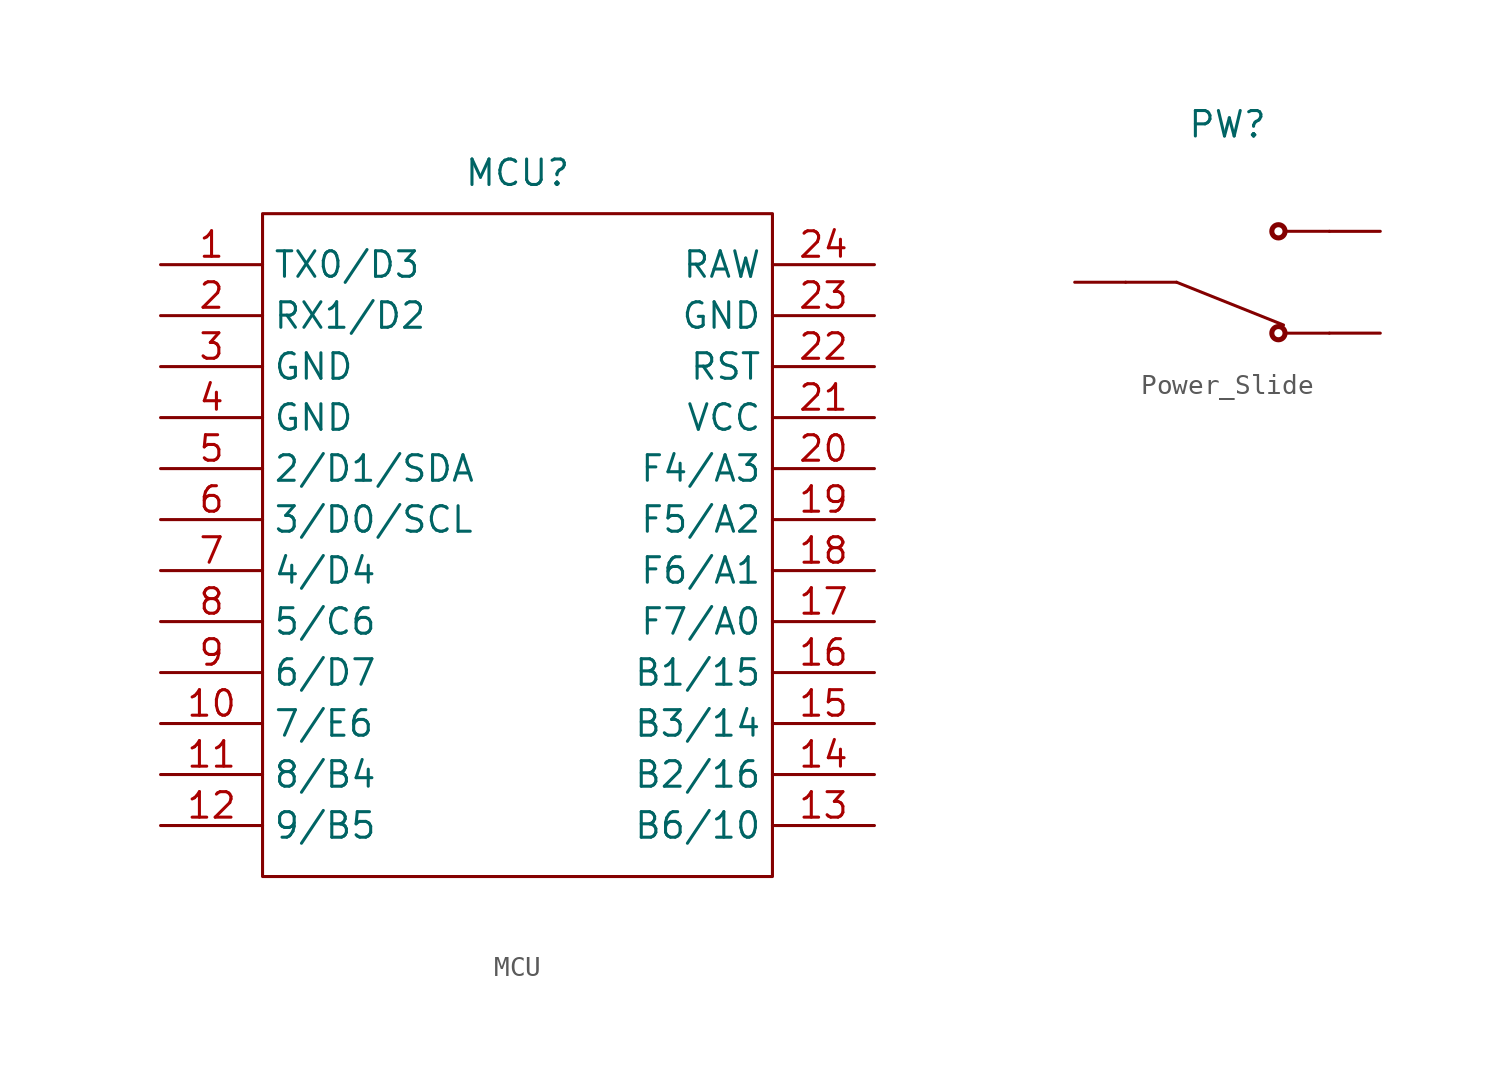
<source format=kicad_sym>
(kicad_symbol_lib
  (version 20241209)
  (generator "kicad_symbol_editor")
  (generator_version "9.0")
  (symbol "MCU"
    (property "Reference" "MCU"
      (at 0 17.272 0)
      (effects (font (size 1.27 1.27))))
    (symbol "MCU_0_1"
      (rectangle (start -12.7 15.24) (end 12.7 -17.78) (stroke (width 0) (type solid)) (fill (type none))))
    (symbol "MCU_1_1"
      (pin bidirectional line (at -17.78 12.7 0) (length 5.08) (name "TX0/D3" (effects (font (size 1.27 1.27)))) (number "1" (effects (font (size 1.27 1.27)))))
      (pin bidirectional line (at -17.78 10.16 0) (length 5.08) (name "RX1/D2" (effects (font (size 1.27 1.27)))) (number "2" (effects (font (size 1.27 1.27)))))
      (pin power_in line (at -17.78 7.62 0) (length 5.08) (name "GND" (effects (font (size 1.27 1.27)))) (number "3" (effects (font (size 1.27 1.27)))))
      (pin power_in line (at -17.78 5.08 0) (length 5.08) (name "GND" (effects (font (size 1.27 1.27)))) (number "4" (effects (font (size 1.27 1.27)))))
      (pin bidirectional line (at -17.78 2.54 0) (length 5.08) (name "2/D1/SDA" (effects (font (size 1.27 1.27)))) (number "5" (effects (font (size 1.27 1.27)))))
      (pin bidirectional line (at -17.78 0 0) (length 5.08) (name "3/D0/SCL" (effects (font (size 1.27 1.27)))) (number "6" (effects (font (size 1.27 1.27)))))
      (pin bidirectional line (at -17.78 -2.54 0) (length 5.08) (name "4/D4" (effects (font (size 1.27 1.27)))) (number "7" (effects (font (size 1.27 1.27)))))
      (pin bidirectional line (at -17.78 -5.08 0) (length 5.08) (name "5/C6" (effects (font (size 1.27 1.27)))) (number "8" (effects (font (size 1.27 1.27)))))
      (pin bidirectional line (at -17.78 -7.62 0) (length 5.08) (name "6/D7" (effects (font (size 1.27 1.27)))) (number "9" (effects (font (size 1.27 1.27)))))
      (pin bidirectional line (at -17.78 -10.16 0) (length 5.08) (name "7/E6" (effects (font (size 1.27 1.27)))) (number "10" (effects (font (size 1.27 1.27)))))
      (pin bidirectional line (at -17.78 -12.7 0) (length 5.08) (name "8/B4" (effects (font (size 1.27 1.27)))) (number "11" (effects (font (size 1.27 1.27)))))
      (pin bidirectional line (at -17.78 -15.24 0) (length 5.08) (name "9/B5" (effects (font (size 1.27 1.27)))) (number "12" (effects (font (size 1.27 1.27)))))
      (pin power_out line (at 17.78 12.7 180) (length 5.08) (name "RAW" (effects (font (size 1.27 1.27)))) (number "24" (effects (font (size 1.27 1.27)))))
      (pin power_in line (at 17.78 10.16 180) (length 5.08) (name "GND" (effects (font (size 1.27 1.27)))) (number "23" (effects (font (size 1.27 1.27)))))
      (pin input line (at 17.78 7.62 180) (length 5.08) (name "RST" (effects (font (size 1.27 1.27)))) (number "22" (effects (font (size 1.27 1.27)))))
      (pin power_in line (at 17.78 5.08 180) (length 5.08) (name "VCC" (effects (font (size 1.27 1.27)))) (number "21" (effects (font (size 1.27 1.27)))))
      (pin bidirectional line (at 17.78 2.54 180) (length 5.08) (name "F4/A3" (effects (font (size 1.27 1.27)))) (number "20" (effects (font (size 1.27 1.27)))))
      (pin bidirectional line (at 17.78 0 180) (length 5.08) (name "F5/A2" (effects (font (size 1.27 1.27)))) (number "19" (effects (font (size 1.27 1.27)))))
      (pin bidirectional line (at 17.78 -2.54 180) (length 5.08) (name "F6/A1" (effects (font (size 1.27 1.27)))) (number "18" (effects (font (size 1.27 1.27)))))
      (pin bidirectional line (at 17.78 -5.08 180) (length 5.08) (name "F7/A0" (effects (font (size 1.27 1.27)))) (number "17" (effects (font (size 1.27 1.27)))))
      (pin bidirectional line (at 17.78 -7.62 180) (length 5.08) (name "B1/15" (effects (font (size 1.27 1.27)))) (number "16" (effects (font (size 1.27 1.27)))))
      (pin bidirectional line (at 17.78 -10.16 180) (length 5.08) (name "B3/14" (effects (font (size 1.27 1.27)))) (number "15" (effects (font (size 1.27 1.27)))))
      (pin bidirectional line (at 17.78 -12.7 180) (length 5.08) (name "B2/16" (effects (font (size 1.27 1.27)))) (number "14" (effects (font (size 1.27 1.27)))))
      (pin bidirectional line (at 17.78 -15.24 180) (length 5.08) (name "B6/10" (effects (font (size 1.27 1.27)))) (number "13" (effects (font (size 1.27 1.27)))))))
  (symbol "Power_Slide"
    (pin_numbers
      (hide yes))
    (pin_names
      (hide yes))
    (property "Reference" "PW"
      (at 0 7.874 0)
      (effects (font (size 1.27 1.27))))
    (property "Value" ""
      (at 0.254 5.588 0)
      (effects (font (size 1.27 1.27))))
    (symbol "Power_Slide_0_0"
      (circle (center 2.54 2.54) (radius 0.33) (stroke (width 0.254) (type default)) (fill (type none)))
      (circle (center 2.54 -2.54) (radius 0.33) (stroke (width 0.254) (type default)) (fill (type none)))
      (pin passive line (at -7.62 0 0) (length 2.54) (name "~" (effects (font (size 1.016 1.016)))) (number "1" (effects (font (size 1.016 1.016)))))
      (pin passive line (at 7.62 2.54 180) (length 2.54) (name "~" (effects (font (size 1.016 1.016)))) (number "2" (effects (font (size 1.016 1.016)))))
      (pin passive line (at 7.62 -2.54 180) (length 2.54) (name "~" (effects (font (size 1.016 1.016)))) (number "3" (effects (font (size 1.016 1.016))))))
    (symbol "Power_Slide_1_0"
      (polyline (pts (xy -2.54 0) (xy -5.08 0)) (stroke (width 0.152) (type default)) (fill (type none)))
      (polyline (pts (xy -2.54 0) (xy 2.794 -2.134)) (stroke (width 0.152) (type default)) (fill (type none)))
      (polyline (pts (xy 5.08 2.54) (xy 2.921 2.54)) (stroke (width 0.152) (type default)) (fill (type none)))
      (polyline (pts (xy 5.08 -2.54) (xy 2.921 -2.54)) (stroke (width 0.152) (type default)) (fill (type none))))))
</source>
